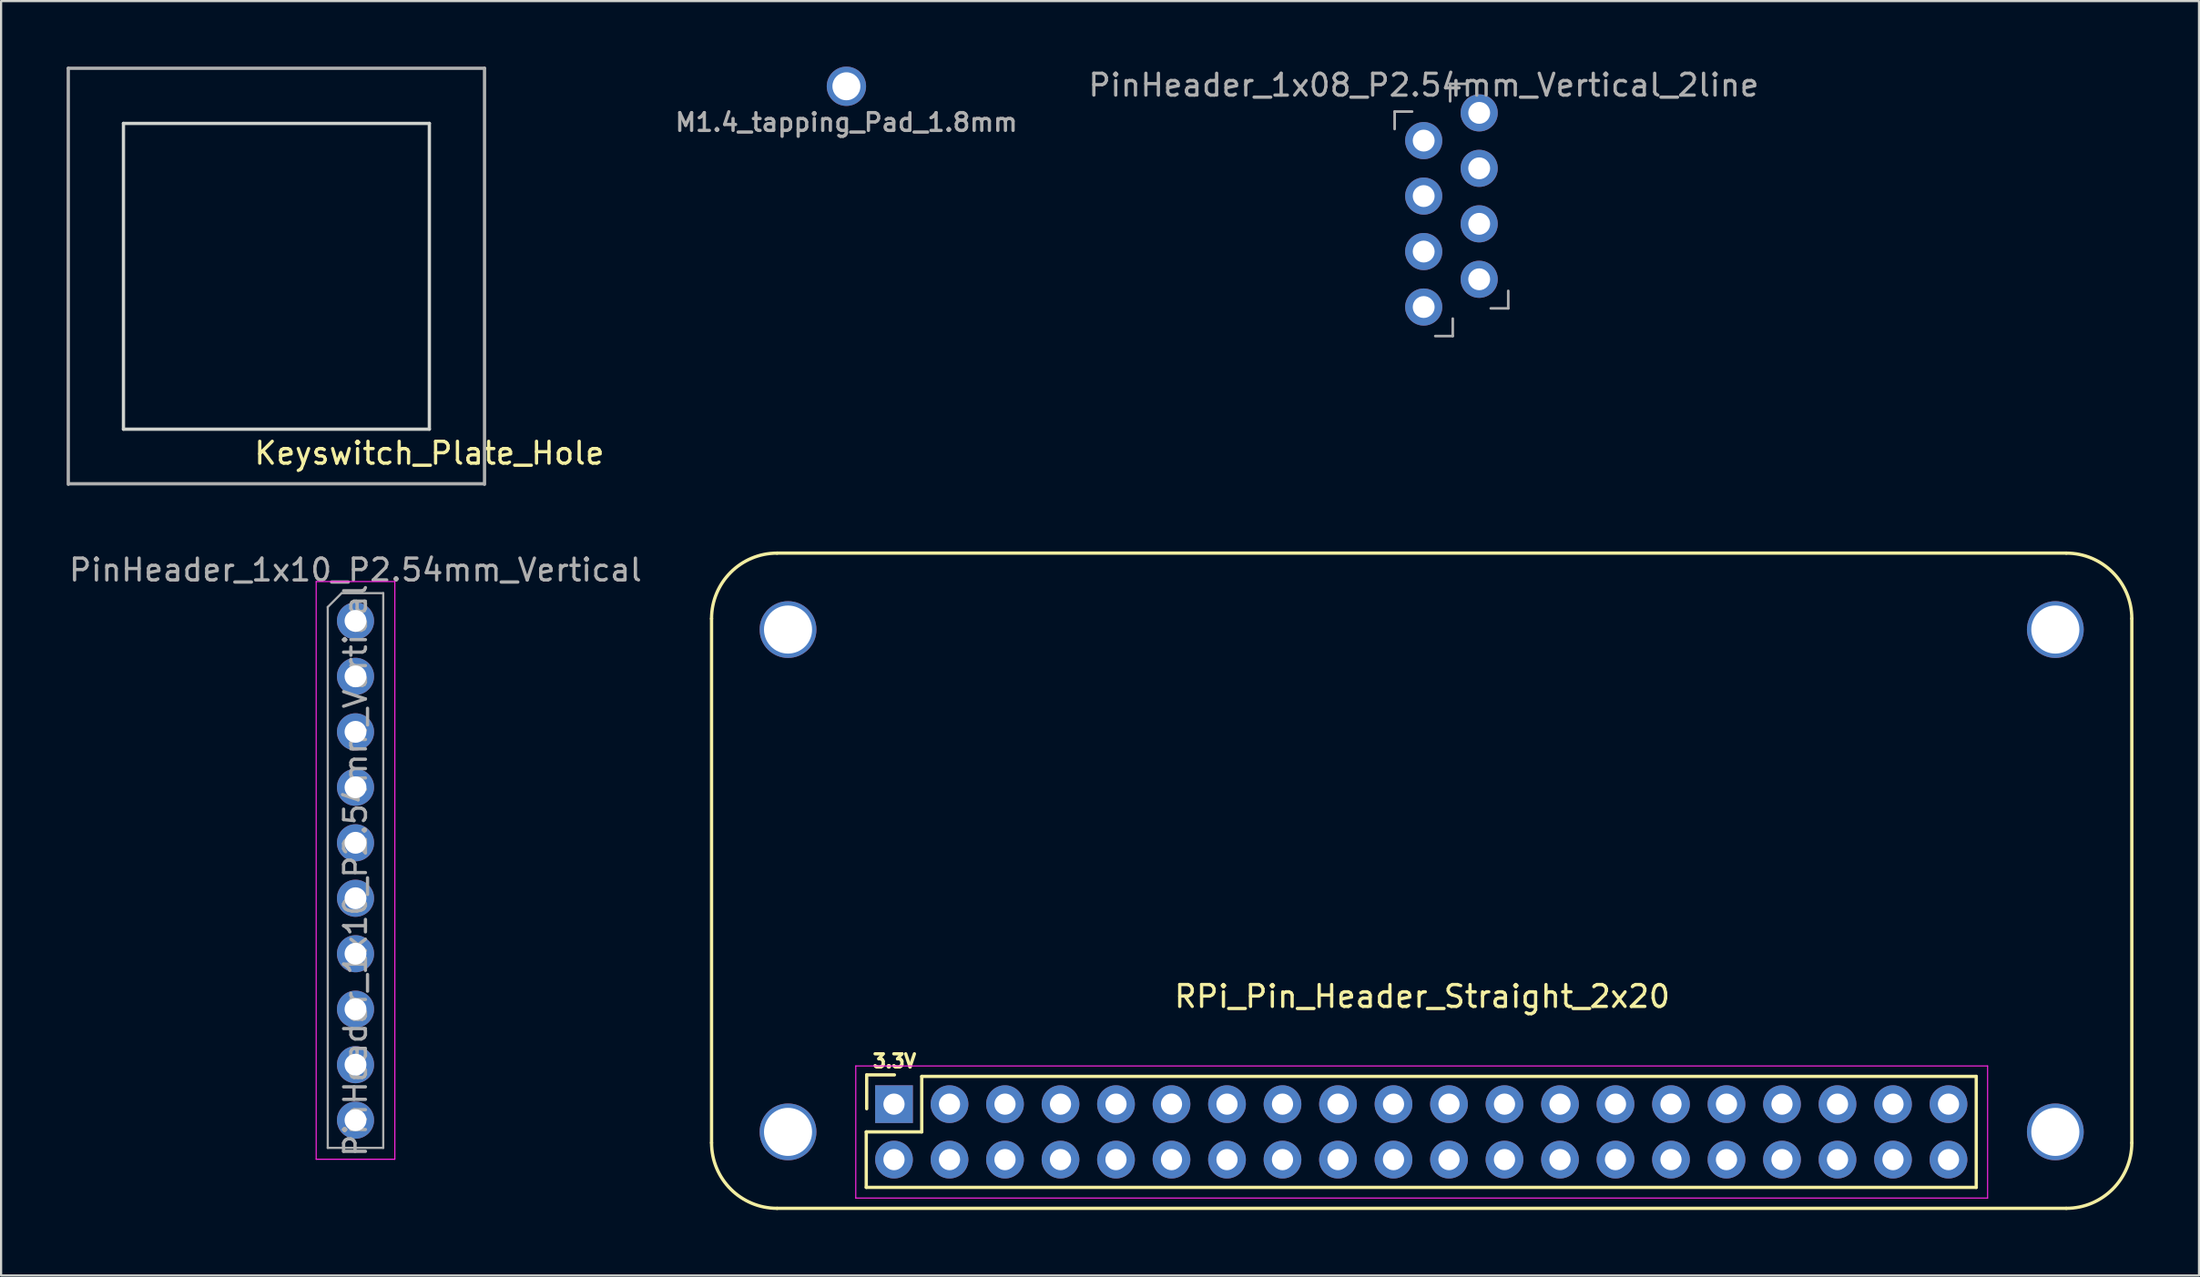
<source format=kicad_pcb>
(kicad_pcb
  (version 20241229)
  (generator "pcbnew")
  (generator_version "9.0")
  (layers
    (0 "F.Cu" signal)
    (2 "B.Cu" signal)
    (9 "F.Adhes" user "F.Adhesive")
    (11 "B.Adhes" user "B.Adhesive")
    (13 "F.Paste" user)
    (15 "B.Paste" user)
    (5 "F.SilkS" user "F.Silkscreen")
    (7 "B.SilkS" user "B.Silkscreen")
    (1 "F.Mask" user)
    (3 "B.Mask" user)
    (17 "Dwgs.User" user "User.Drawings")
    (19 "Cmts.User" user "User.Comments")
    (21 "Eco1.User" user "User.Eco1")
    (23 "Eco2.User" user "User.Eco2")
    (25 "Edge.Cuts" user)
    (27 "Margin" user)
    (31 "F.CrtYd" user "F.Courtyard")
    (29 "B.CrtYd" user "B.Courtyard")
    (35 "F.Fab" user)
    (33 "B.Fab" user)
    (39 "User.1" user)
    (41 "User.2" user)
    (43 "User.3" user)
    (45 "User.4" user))
  (footprint "RPi_Pin_Header_Straight_2x20"
    (layer "F.Cu")
    (at 62.015 37.275)
    (property "Reference" "RPi_Pin_Header_Straight_2x20" (at 0.023 5.299 0) (layer "F.SilkS") (effects (font (size 1 1) (thickness 0.15))))
    (attr through_hole)
    (fp_line (start -32.5 -12) (end -32.5 12) (stroke (width 0.15) (type solid)) (layer "F.SilkS"))
    (fp_line (start -29.5 -15) (end 29.5 -15) (stroke (width 0.15) (type solid)) (layer "F.SilkS"))
    (fp_line (start -29.5 15) (end 29.5 15) (stroke (width 0.15) (type solid)) (layer "F.SilkS"))
    (fp_line (start -25.42 11.5) (end -22.88 11.5) (stroke (width 0.15) (type solid)) (layer "F.SilkS"))
    (fp_line (start -25.42 14.04) (end -25.42 11.5) (stroke (width 0.15) (type solid)) (layer "F.SilkS"))
    (fp_line (start -25.4 8.89) (end -24.13 8.89) (stroke (width 0.15) (type solid)) (layer "F.SilkS"))
    (fp_line (start -25.4 10.44) (end -25.4 8.89) (stroke (width 0.15) (type solid)) (layer "F.SilkS"))
    (fp_line (start -22.88 8.96) (end 25.38 8.96) (stroke (width 0.15) (type solid)) (layer "F.SilkS"))
    (fp_line (start -22.88 11.5) (end -22.88 8.96) (stroke (width 0.15) (type solid)) (layer "F.SilkS"))
    (fp_line (start 25.38 14.04) (end -25.42 14.04) (stroke (width 0.15) (type solid)) (layer "F.SilkS"))
    (fp_line (start 25.38 14.04) (end 25.38 8.96) (stroke (width 0.15) (type solid)) (layer "F.SilkS"))
    (fp_line (start 32.5 -12) (end 32.5 12) (stroke (width 0.15) (type solid)) (layer "F.SilkS"))
    (fp_arc (start -32.5 -12) (mid -31.62132 -14.12132) (end -29.5 -15) (stroke (width 0.15) (type solid)) (layer "F.SilkS"))
    (fp_arc (start -29.5 15) (mid -31.62132 14.12132) (end -32.5 12) (stroke (width 0.15) (type solid)) (layer "F.SilkS"))
    (fp_arc (start 29.5 -15) (mid 31.62132 -14.12132) (end 32.5 -12) (stroke (width 0.15) (type solid)) (layer "F.SilkS"))
    (fp_arc (start 32.5 12) (mid 31.62132 14.12132) (end 29.5 15) (stroke (width 0.15) (type solid)) (layer "F.SilkS"))
    (fp_line (start -25.9 8.48) (end -25.9 14.53) (stroke (width 0.05) (type solid)) (layer "F.CrtYd"))
    (fp_line (start -25.9 8.48) (end 25.9 8.48) (stroke (width 0.05) (type solid)) (layer "F.CrtYd"))
    (fp_line (start -25.9 14.53) (end 25.9 14.53) (stroke (width 0.05) (type solid)) (layer "F.CrtYd"))
    (fp_line (start 25.9 8.48) (end 25.9 14.53) (stroke (width 0.05) (type solid)) (layer "F.CrtYd"))
    (fp_text user "3.3V" (at -24.13 8.255 0) (layer "F.SilkS") (effects (font (size 0.6 0.6) (thickness 0.15))))
    (pad "1" thru_hole rect (at -24.15 10.23 270) (size 1.727 1.727) (drill 0.97) (layers "*.Cu" "*.Mask"))
    (pad "2" thru_hole oval (at -24.15 12.77 270) (size 1.727 1.727) (drill 0.97) (layers "*.Cu" "*.Mask"))
    (pad "3" thru_hole oval (at -21.61 10.23 270) (size 1.727 1.727) (drill 0.97) (layers "*.Cu" "*.Mask"))
    (pad "4" thru_hole oval (at -21.61 12.77 270) (size 1.727 1.727) (drill 0.97) (layers "*.Cu" "*.Mask"))
    (pad "5" thru_hole oval (at -19.07 10.23 270) (size 1.727 1.727) (drill 0.97) (layers "*.Cu" "*.Mask"))
    (pad "6" thru_hole circle (at -29 -11.5) (size 2.6 2.6) (drill 2.2) (layers "*.Cu" "*.Mask"))
    (pad "6" thru_hole circle (at -29 11.5) (size 2.6 2.6) (drill 2.2) (layers "*.Cu" "*.Mask"))
    (pad "6" thru_hole oval (at -19.07 12.77 270) (size 1.727 1.727) (drill 0.97) (layers "*.Cu" "*.Mask"))
    (pad "6" thru_hole circle (at 29 -11.5) (size 2.6 2.6) (drill 2.2) (layers "*.Cu" "*.Mask"))
    (pad "6" thru_hole circle (at 29 11.5) (size 2.6 2.6) (drill 2.2) (layers "*.Cu" "*.Mask"))
    (pad "7" thru_hole oval (at -16.53 10.23 270) (size 1.727 1.727) (drill 0.97) (layers "*.Cu" "*.Mask"))
    (pad "8" thru_hole oval (at -16.53 12.77 270) (size 1.727 1.727) (drill 0.97) (layers "*.Cu" "*.Mask"))
    (pad "9" thru_hole oval (at -13.99 10.23 270) (size 1.727 1.727) (drill 0.97) (layers "*.Cu" "*.Mask"))
    (pad "10" thru_hole oval (at -13.99 12.77 270) (size 1.727 1.727) (drill 0.97) (layers "*.Cu" "*.Mask"))
    (pad "11" thru_hole oval (at -11.45 10.23 270) (size 1.727 1.727) (drill 0.97) (layers "*.Cu" "*.Mask"))
    (pad "12" thru_hole oval (at -11.45 12.77 270) (size 1.727 1.727) (drill 0.97) (layers "*.Cu" "*.Mask"))
    (pad "13" thru_hole oval (at -8.91 10.23 270) (size 1.727 1.727) (drill 0.97) (layers "*.Cu" "*.Mask"))
    (pad "14" thru_hole oval (at -8.91 12.77 270) (size 1.727 1.727) (drill 0.97) (layers "*.Cu" "*.Mask"))
    (pad "15" thru_hole oval (at -6.37 10.23 270) (size 1.727 1.727) (drill 0.97) (layers "*.Cu" "*.Mask"))
    (pad "16" thru_hole oval (at -6.37 12.77 270) (size 1.727 1.727) (drill 0.97) (layers "*.Cu" "*.Mask"))
    (pad "17" thru_hole oval (at -3.83 10.23 270) (size 1.727 1.727) (drill 0.97) (layers "*.Cu" "*.Mask"))
    (pad "18" thru_hole oval (at -3.83 12.77 270) (size 1.727 1.727) (drill 0.97) (layers "*.Cu" "*.Mask"))
    (pad "19" thru_hole oval (at -1.29 10.23 270) (size 1.727 1.727) (drill 0.97) (layers "*.Cu" "*.Mask"))
    (pad "20" thru_hole oval (at -1.29 12.77 270) (size 1.727 1.727) (drill 0.97) (layers "*.Cu" "*.Mask"))
    (pad "21" thru_hole oval (at 1.25 10.23 270) (size 1.727 1.727) (drill 0.97) (layers "*.Cu" "*.Mask"))
    (pad "22" thru_hole oval (at 1.25 12.77 270) (size 1.727 1.727) (drill 0.97) (layers "*.Cu" "*.Mask"))
    (pad "23" thru_hole oval (at 3.79 10.23 270) (size 1.727 1.727) (drill 0.97) (layers "*.Cu" "*.Mask"))
    (pad "24" thru_hole oval (at 3.79 12.77 270) (size 1.727 1.727) (drill 0.97) (layers "*.Cu" "*.Mask"))
    (pad "25" thru_hole oval (at 6.33 10.23 270) (size 1.727 1.727) (drill 0.97) (layers "*.Cu" "*.Mask"))
    (pad "26" thru_hole oval (at 6.33 12.77 270) (size 1.727 1.727) (drill 0.97) (layers "*.Cu" "*.Mask"))
    (pad "27" thru_hole oval (at 8.87 10.23 270) (size 1.727 1.727) (drill 0.97) (layers "*.Cu" "*.Mask"))
    (pad "28" thru_hole oval (at 8.87 12.77 270) (size 1.727 1.727) (drill 0.97) (layers "*.Cu" "*.Mask"))
    (pad "29" thru_hole oval (at 11.41 10.23 270) (size 1.727 1.727) (drill 0.97) (layers "*.Cu" "*.Mask"))
    (pad "30" thru_hole oval (at 11.41 12.77 270) (size 1.727 1.727) (drill 0.97) (layers "*.Cu" "*.Mask"))
    (pad "31" thru_hole oval (at 13.95 10.23 270) (size 1.727 1.727) (drill 0.97) (layers "*.Cu" "*.Mask"))
    (pad "32" thru_hole oval (at 13.95 12.77 270) (size 1.727 1.727) (drill 0.97) (layers "*.Cu" "*.Mask"))
    (pad "33" thru_hole oval (at 16.49 10.23 270) (size 1.727 1.727) (drill 0.97) (layers "*.Cu" "*.Mask"))
    (pad "34" thru_hole oval (at 16.49 12.77 270) (size 1.727 1.727) (drill 0.97) (layers "*.Cu" "*.Mask"))
    (pad "35" thru_hole oval (at 19.03 10.23 270) (size 1.727 1.727) (drill 0.97) (layers "*.Cu" "*.Mask"))
    (pad "36" thru_hole oval (at 19.03 12.77 270) (size 1.727 1.727) (drill 0.97) (layers "*.Cu" "*.Mask"))
    (pad "37" thru_hole oval (at 21.57 10.23 270) (size 1.727 1.727) (drill 0.97) (layers "*.Cu" "*.Mask"))
    (pad "38" thru_hole oval (at 21.57 12.77 270) (size 1.727 1.727) (drill 0.97) (layers "*.Cu" "*.Mask"))
    (pad "39" thru_hole oval (at 24.11 10.23 270) (size 1.727 1.727) (drill 0.97) (layers "*.Cu" "*.Mask"))
    (pad "40" thru_hole oval (at 24.11 12.77 270) (size 1.727 1.727) (drill 0.97) (layers "*.Cu" "*.Mask")))
  (footprint "PinHeader_1x08_P2.54mm_Vertical_2line"
    (layer "F.Cu")
    (at 63.377 6.563)
    (property "Reference" "PinHeader_1x08_P2.54mm_Vertical_2line" (at -1.27 -5.715 0) (layer "F.Fab") (effects (font (size 1 1) (thickness 0.15))))
    (attr through_hole)
    (fp_line (start -2.6 -4.505) (end -1.8 -4.505) (stroke (width 0.12) (type solid)) (layer "F.Fab"))
    (fp_line (start -2.6 -3.705) (end -2.6 -4.505) (stroke (width 0.12) (type solid)) (layer "F.Fab"))
    (fp_line (start -0.06 -5.775) (end 0.74 -5.775) (stroke (width 0.12) (type solid)) (layer "F.Fab"))
    (fp_line (start -0.06 -4.975) (end -0.06 -5.775) (stroke (width 0.12) (type solid)) (layer "F.Fab"))
    (fp_line (start 0.06 4.975) (end 0.06 5.775) (stroke (width 0.12) (type solid)) (layer "F.Fab"))
    (fp_line (start 0.06 5.775) (end -0.74 5.775) (stroke (width 0.12) (type solid)) (layer "F.Fab"))
    (fp_line (start 2.6 3.705) (end 2.6 4.505) (stroke (width 0.12) (type solid)) (layer "F.Fab"))
    (fp_line (start 2.6 4.505) (end 1.8 4.505) (stroke (width 0.12) (type solid)) (layer "F.Fab"))
    (pad "1" thru_hole circle (at 1.27 -4.445) (size 1.7 1.7) (drill 1) (layers "*.Cu" "*.Mask"))
    (pad "2" thru_hole circle (at -1.27 -3.175) (size 1.7 1.7) (drill 1) (layers "*.Cu" "*.Mask"))
    (pad "3" thru_hole oval (at 1.27 -1.905) (size 1.7 1.7) (drill 1) (layers "*.Cu" "*.Mask"))
    (pad "4" thru_hole oval (at -1.27 -0.635) (size 1.7 1.7) (drill 1) (layers "*.Cu" "*.Mask"))
    (pad "5" thru_hole oval (at 1.27 0.635) (size 1.7 1.7) (drill 1) (layers "*.Cu" "*.Mask"))
    (pad "6" thru_hole oval (at -1.27 1.905) (size 1.7 1.7) (drill 1) (layers "*.Cu" "*.Mask"))
    (pad "7" thru_hole oval (at 1.27 3.175) (size 1.7 1.7) (drill 1) (layers "*.Cu" "*.Mask"))
    (pad "8" thru_hole oval (at -1.27 4.445) (size 1.7 1.7) (drill 1) (layers "*.Cu" "*.Mask")))
  (footprint "Keyswitch_Plate_Hole"
    (layer "F.Cu")
    (at 9.6 9.6)
    (property "Reference" "Keyswitch_Plate_Hole" (at 7 8.1 0) (layer "F.SilkS") (effects (font (size 1 1) (thickness 0.15))))
    (attr through_hole)
    (fp_line (start -7 -7) (end -7 7) (stroke (width 0.15) (type solid)) (layer "Edge.Cuts"))
    (fp_line (start 7 -7) (end -7 -7) (stroke (width 0.15) (type solid)) (layer "Edge.Cuts"))
    (fp_line (start 7 -7) (end 7 7) (stroke (width 0.15) (type solid)) (layer "Edge.Cuts"))
    (fp_line (start 7 7) (end -7 7) (stroke (width 0.15) (type solid)) (layer "Edge.Cuts"))
    (fp_line (start -9.525 -9.525) (end 9.525 -9.525) (stroke (width 0.15) (type solid)) (layer "F.Fab"))
    (fp_line (start -9.525 9.525) (end -9.525 -9.525) (stroke (width 0.15) (type solid)) (layer "F.Fab"))
    (fp_line (start 9.5 9.5) (end -9.5 9.5) (stroke (width 0.15) (type solid)) (layer "F.Fab"))
    (fp_line (start 9.525 -9.525) (end 9.525 9.525) (stroke (width 0.15) (type solid)) (layer "F.Fab")))
  (footprint "PinHeader_1x10_P2.54mm_Vertical"
    (layer "F.Cu")
    (at 13.22 25.378)
    (property "Reference" "PinHeader_1x10_P2.54mm_Vertical" (at 0 -2.33 0) (layer "F.Fab") (effects (font (size 1 1) (thickness 0.15))))
    (attr through_hole)
    (fp_line (start -1.8 -1.8) (end -1.8 24.65) (stroke (width 0.05) (type solid)) (layer "F.CrtYd"))
    (fp_line (start -1.8 24.65) (end 1.8 24.65) (stroke (width 0.05) (type solid)) (layer "F.CrtYd"))
    (fp_line (start 1.8 -1.8) (end -1.8 -1.8) (stroke (width 0.05) (type solid)) (layer "F.CrtYd"))
    (fp_line (start 1.8 24.65) (end 1.8 -1.8) (stroke (width 0.05) (type solid)) (layer "F.CrtYd"))
    (fp_line (start -1.27 -0.635) (end -0.635 -1.27) (stroke (width 0.1) (type solid)) (layer "F.Fab"))
    (fp_line (start -1.27 24.13) (end -1.27 -0.635) (stroke (width 0.1) (type solid)) (layer "F.Fab"))
    (fp_line (start -0.635 -1.27) (end 1.27 -1.27) (stroke (width 0.1) (type solid)) (layer "F.Fab"))
    (fp_line (start 1.27 -1.27) (end 1.27 24.13) (stroke (width 0.1) (type solid)) (layer "F.Fab"))
    (fp_line (start 1.27 24.13) (end -1.27 24.13) (stroke (width 0.1) (type solid)) (layer "F.Fab"))
    (fp_text user "${REFERENCE}" (at 0 11.43 90) (layer "F.Fab") (effects (font (size 1 1) (thickness 0.15))))
    (pad "1" thru_hole circle (at 0 0) (size 1.7 1.7) (drill 1) (layers "*.Cu" "*.Mask"))
    (pad "2" thru_hole oval (at 0 2.54) (size 1.7 1.7) (drill 1) (layers "*.Cu" "*.Mask"))
    (pad "3" thru_hole oval (at 0 5.08) (size 1.7 1.7) (drill 1) (layers "*.Cu" "*.Mask"))
    (pad "4" thru_hole oval (at 0 7.62) (size 1.7 1.7) (drill 1) (layers "*.Cu" "*.Mask"))
    (pad "5" thru_hole oval (at 0 10.16) (size 1.7 1.7) (drill 1) (layers "*.Cu" "*.Mask"))
    (pad "6" thru_hole oval (at 0 12.7) (size 1.7 1.7) (drill 1) (layers "*.Cu" "*.Mask"))
    (pad "7" thru_hole oval (at 0 15.24) (size 1.7 1.7) (drill 1) (layers "*.Cu" "*.Mask"))
    (pad "8" thru_hole oval (at 0 17.78) (size 1.7 1.7) (drill 1) (layers "*.Cu" "*.Mask"))
    (pad "9" thru_hole oval (at 0 20.32) (size 1.7 1.7) (drill 1) (layers "*.Cu" "*.Mask"))
    (pad "10" thru_hole oval (at 0 22.86) (size 1.7 1.7) (drill 1) (layers "*.Cu" "*.Mask")))
  (footprint "M1.4_tapping_Pad_1.8mm"
    (layer "F.Cu")
    (at 35.687 0.9)
    (property "Reference" "M1.4_tapping_Pad_1.8mm" (at 0 1.651 0) (layer "F.Fab") (effects (font (size 0.813 0.813) (thickness 0.15))))
    (attr through_hole)
    (pad "" thru_hole circle (at 0 0) (size 1.8 1.8) (drill 1.28) (layers "*.Cu" "*.Mask")))
  (gr_rect
    (start -3 -3)
    (end 97.59 55.35)
    (stroke (width 0.1) (type default))
    (fill no)
    (layer "Edge.Cuts")))
</source>
